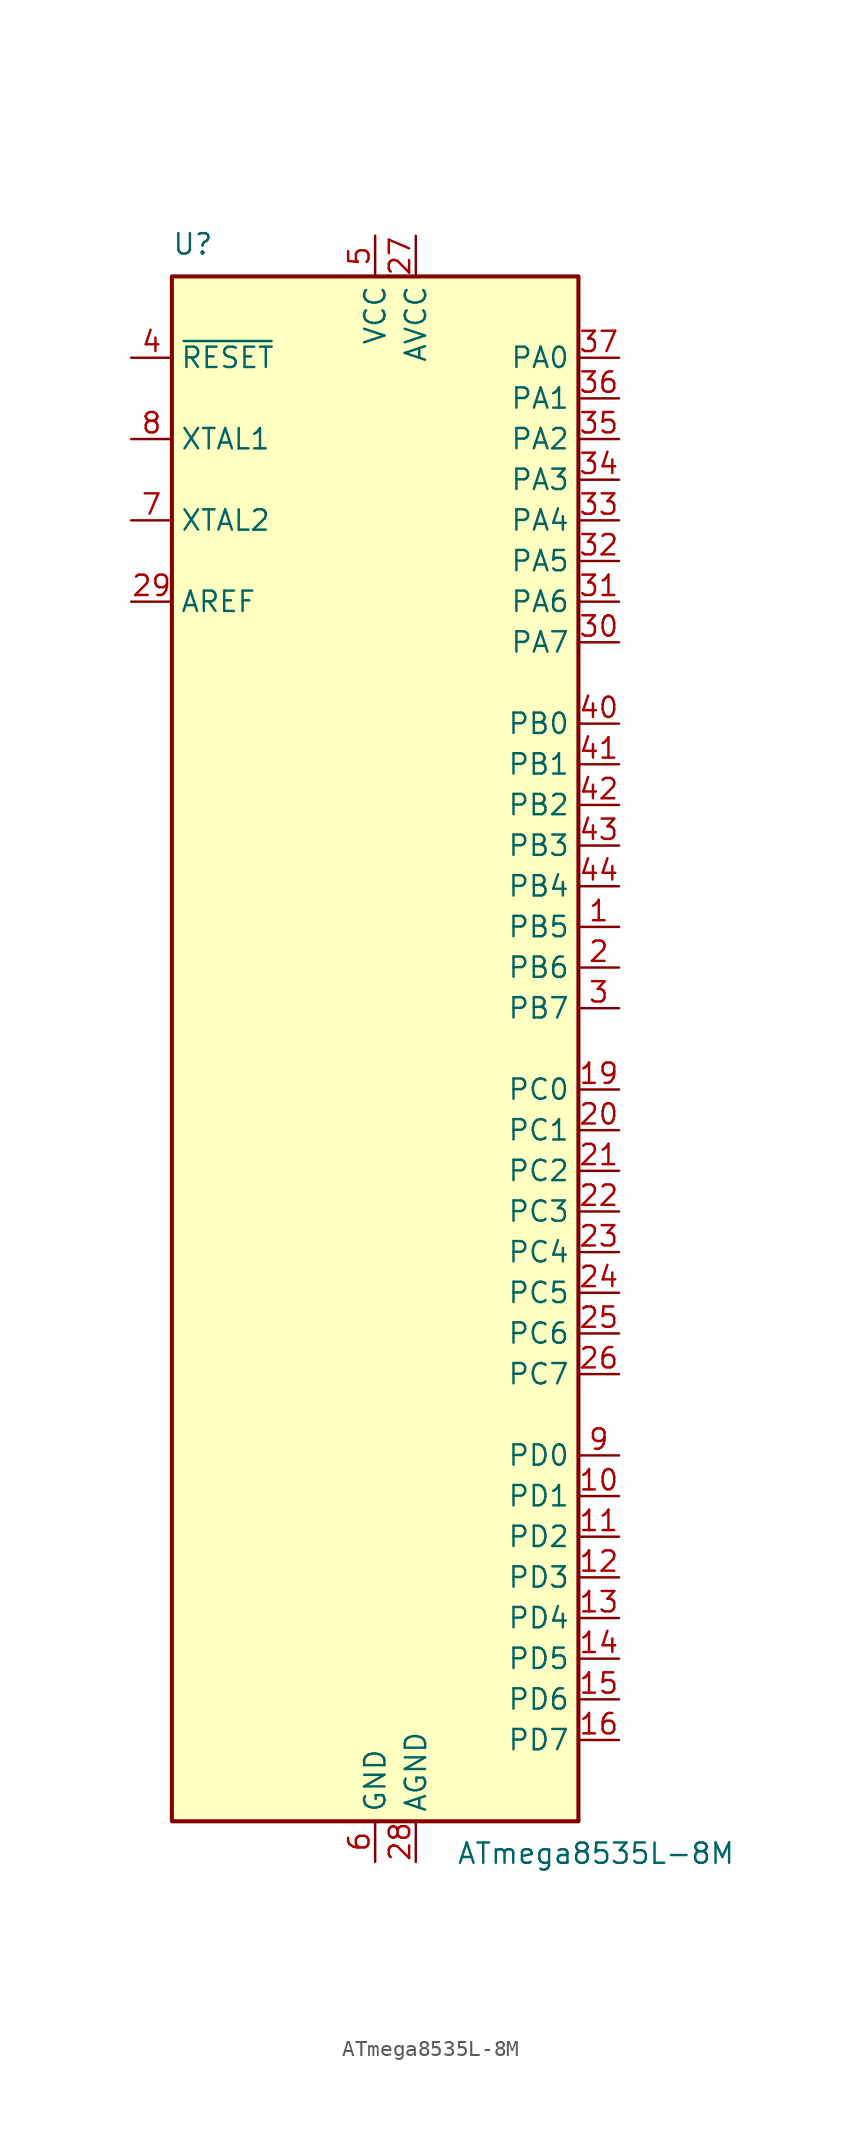
<source format=kicad_sym>
(kicad_symbol_lib
  (version 20201005)
  (generator kicad_symbol_editor)
  (symbol "ATmega8535L-8M"
    (property "Reference" "U"
      (at -12.7 49.53 0)
      (effects (font (size 1.27 1.27)) (justify left bottom)))
    (property "Value" "ATmega8535L-8M"
      (at 5.08 -49.53 0)
      (effects (font (size 1.27 1.27)) (justify left top)))
    (symbol "ATmega8535L-8M_0_1"
      (rectangle (start -12.7 -48.26) (end 12.7 48.26) (stroke (width 0.254)) (fill (type background))))
    (symbol "ATmega8535L-8M_1_1"
      (pin bidirectional line (at 15.24 7.62 180) (length 2.54) (name "PB5" (effects (font (size 1.27 1.27)))) (number "1" (effects (font (size 1.27 1.27)))))
      (pin bidirectional line (at 15.24 -27.94 180) (length 2.54) (name "PD1" (effects (font (size 1.27 1.27)))) (number "10" (effects (font (size 1.27 1.27)))))
      (pin bidirectional line (at 15.24 -30.48 180) (length 2.54) (name "PD2" (effects (font (size 1.27 1.27)))) (number "11" (effects (font (size 1.27 1.27)))))
      (pin bidirectional line (at 15.24 -33.02 180) (length 2.54) (name "PD3" (effects (font (size 1.27 1.27)))) (number "12" (effects (font (size 1.27 1.27)))))
      (pin bidirectional line (at 15.24 -35.56 180) (length 2.54) (name "PD4" (effects (font (size 1.27 1.27)))) (number "13" (effects (font (size 1.27 1.27)))))
      (pin bidirectional line (at 15.24 -38.1 180) (length 2.54) (name "PD5" (effects (font (size 1.27 1.27)))) (number "14" (effects (font (size 1.27 1.27)))))
      (pin bidirectional line (at 15.24 -40.64 180) (length 2.54) (name "PD6" (effects (font (size 1.27 1.27)))) (number "15" (effects (font (size 1.27 1.27)))))
      (pin bidirectional line (at 15.24 -43.18 180) (length 2.54) (name "PD7" (effects (font (size 1.27 1.27)))) (number "16" (effects (font (size 1.27 1.27)))))
      (pin passive line (at 0 50.8 270) (length 2.54) hide (name "VCC" (effects (font (size 1.27 1.27)))) (number "17" (effects (font (size 1.27 1.27)))))
      (pin passive line (at 0 -50.8 90) (length 2.54) hide (name "GND" (effects (font (size 1.27 1.27)))) (number "18" (effects (font (size 1.27 1.27)))))
      (pin bidirectional line (at 15.24 -2.54 180) (length 2.54) (name "PC0" (effects (font (size 1.27 1.27)))) (number "19" (effects (font (size 1.27 1.27)))))
      (pin bidirectional line (at 15.24 5.08 180) (length 2.54) (name "PB6" (effects (font (size 1.27 1.27)))) (number "2" (effects (font (size 1.27 1.27)))))
      (pin bidirectional line (at 15.24 -5.08 180) (length 2.54) (name "PC1" (effects (font (size 1.27 1.27)))) (number "20" (effects (font (size 1.27 1.27)))))
      (pin bidirectional line (at 15.24 -7.62 180) (length 2.54) (name "PC2" (effects (font (size 1.27 1.27)))) (number "21" (effects (font (size 1.27 1.27)))))
      (pin bidirectional line (at 15.24 -10.16 180) (length 2.54) (name "PC3" (effects (font (size 1.27 1.27)))) (number "22" (effects (font (size 1.27 1.27)))))
      (pin bidirectional line (at 15.24 -12.7 180) (length 2.54) (name "PC4" (effects (font (size 1.27 1.27)))) (number "23" (effects (font (size 1.27 1.27)))))
      (pin bidirectional line (at 15.24 -15.24 180) (length 2.54) (name "PC5" (effects (font (size 1.27 1.27)))) (number "24" (effects (font (size 1.27 1.27)))))
      (pin bidirectional line (at 15.24 -17.78 180) (length 2.54) (name "PC6" (effects (font (size 1.27 1.27)))) (number "25" (effects (font (size 1.27 1.27)))))
      (pin bidirectional line (at 15.24 -20.32 180) (length 2.54) (name "PC7" (effects (font (size 1.27 1.27)))) (number "26" (effects (font (size 1.27 1.27)))))
      (pin power_in line (at 2.54 50.8 270) (length 2.54) (name "AVCC" (effects (font (size 1.27 1.27)))) (number "27" (effects (font (size 1.27 1.27)))))
      (pin power_in line (at 2.54 -50.8 90) (length 2.54) (name "AGND" (effects (font (size 1.27 1.27)))) (number "28" (effects (font (size 1.27 1.27)))))
      (pin passive line (at -15.24 27.94 0) (length 2.54) (name "AREF" (effects (font (size 1.27 1.27)))) (number "29" (effects (font (size 1.27 1.27)))))
      (pin bidirectional line (at 15.24 2.54 180) (length 2.54) (name "PB7" (effects (font (size 1.27 1.27)))) (number "3" (effects (font (size 1.27 1.27)))))
      (pin bidirectional line (at 15.24 25.4 180) (length 2.54) (name "PA7" (effects (font (size 1.27 1.27)))) (number "30" (effects (font (size 1.27 1.27)))))
      (pin bidirectional line (at 15.24 27.94 180) (length 2.54) (name "PA6" (effects (font (size 1.27 1.27)))) (number "31" (effects (font (size 1.27 1.27)))))
      (pin bidirectional line (at 15.24 30.48 180) (length 2.54) (name "PA5" (effects (font (size 1.27 1.27)))) (number "32" (effects (font (size 1.27 1.27)))))
      (pin bidirectional line (at 15.24 33.02 180) (length 2.54) (name "PA4" (effects (font (size 1.27 1.27)))) (number "33" (effects (font (size 1.27 1.27)))))
      (pin bidirectional line (at 15.24 35.56 180) (length 2.54) (name "PA3" (effects (font (size 1.27 1.27)))) (number "34" (effects (font (size 1.27 1.27)))))
      (pin bidirectional line (at 15.24 38.1 180) (length 2.54) (name "PA2" (effects (font (size 1.27 1.27)))) (number "35" (effects (font (size 1.27 1.27)))))
      (pin bidirectional line (at 15.24 40.64 180) (length 2.54) (name "PA1" (effects (font (size 1.27 1.27)))) (number "36" (effects (font (size 1.27 1.27)))))
      (pin bidirectional line (at 15.24 43.18 180) (length 2.54) (name "PA0" (effects (font (size 1.27 1.27)))) (number "37" (effects (font (size 1.27 1.27)))))
      (pin passive line (at 0 50.8 270) (length 2.54) hide (name "VCC" (effects (font (size 1.27 1.27)))) (number "38" (effects (font (size 1.27 1.27)))))
      (pin passive line (at 0 -50.8 90) (length 2.54) hide (name "GND" (effects (font (size 1.27 1.27)))) (number "39" (effects (font (size 1.27 1.27)))))
      (pin input line (at -15.24 43.18 0) (length 2.54) (name "~RESET" (effects (font (size 1.27 1.27)))) (number "4" (effects (font (size 1.27 1.27)))))
      (pin bidirectional line (at 15.24 20.32 180) (length 2.54) (name "PB0" (effects (font (size 1.27 1.27)))) (number "40" (effects (font (size 1.27 1.27)))))
      (pin bidirectional line (at 15.24 17.78 180) (length 2.54) (name "PB1" (effects (font (size 1.27 1.27)))) (number "41" (effects (font (size 1.27 1.27)))))
      (pin bidirectional line (at 15.24 15.24 180) (length 2.54) (name "PB2" (effects (font (size 1.27 1.27)))) (number "42" (effects (font (size 1.27 1.27)))))
      (pin bidirectional line (at 15.24 12.7 180) (length 2.54) (name "PB3" (effects (font (size 1.27 1.27)))) (number "43" (effects (font (size 1.27 1.27)))))
      (pin bidirectional line (at 15.24 10.16 180) (length 2.54) (name "PB4" (effects (font (size 1.27 1.27)))) (number "44" (effects (font (size 1.27 1.27)))))
      (pin passive line (at 0 -50.8 90) (length 2.54) hide (name "GND" (effects (font (size 1.27 1.27)))) (number "45" (effects (font (size 1.27 1.27)))))
      (pin power_in line (at 0 50.8 270) (length 2.54) (name "VCC" (effects (font (size 1.27 1.27)))) (number "5" (effects (font (size 1.27 1.27)))))
      (pin power_in line (at 0 -50.8 90) (length 2.54) (name "GND" (effects (font (size 1.27 1.27)))) (number "6" (effects (font (size 1.27 1.27)))))
      (pin output line (at -15.24 33.02 0) (length 2.54) (name "XTAL2" (effects (font (size 1.27 1.27)))) (number "7" (effects (font (size 1.27 1.27)))))
      (pin input line (at -15.24 38.1 0) (length 2.54) (name "XTAL1" (effects (font (size 1.27 1.27)))) (number "8" (effects (font (size 1.27 1.27)))))
      (pin bidirectional line (at 15.24 -25.4 180) (length 2.54) (name "PD0" (effects (font (size 1.27 1.27)))) (number "9" (effects (font (size 1.27 1.27))))))))
</source>
